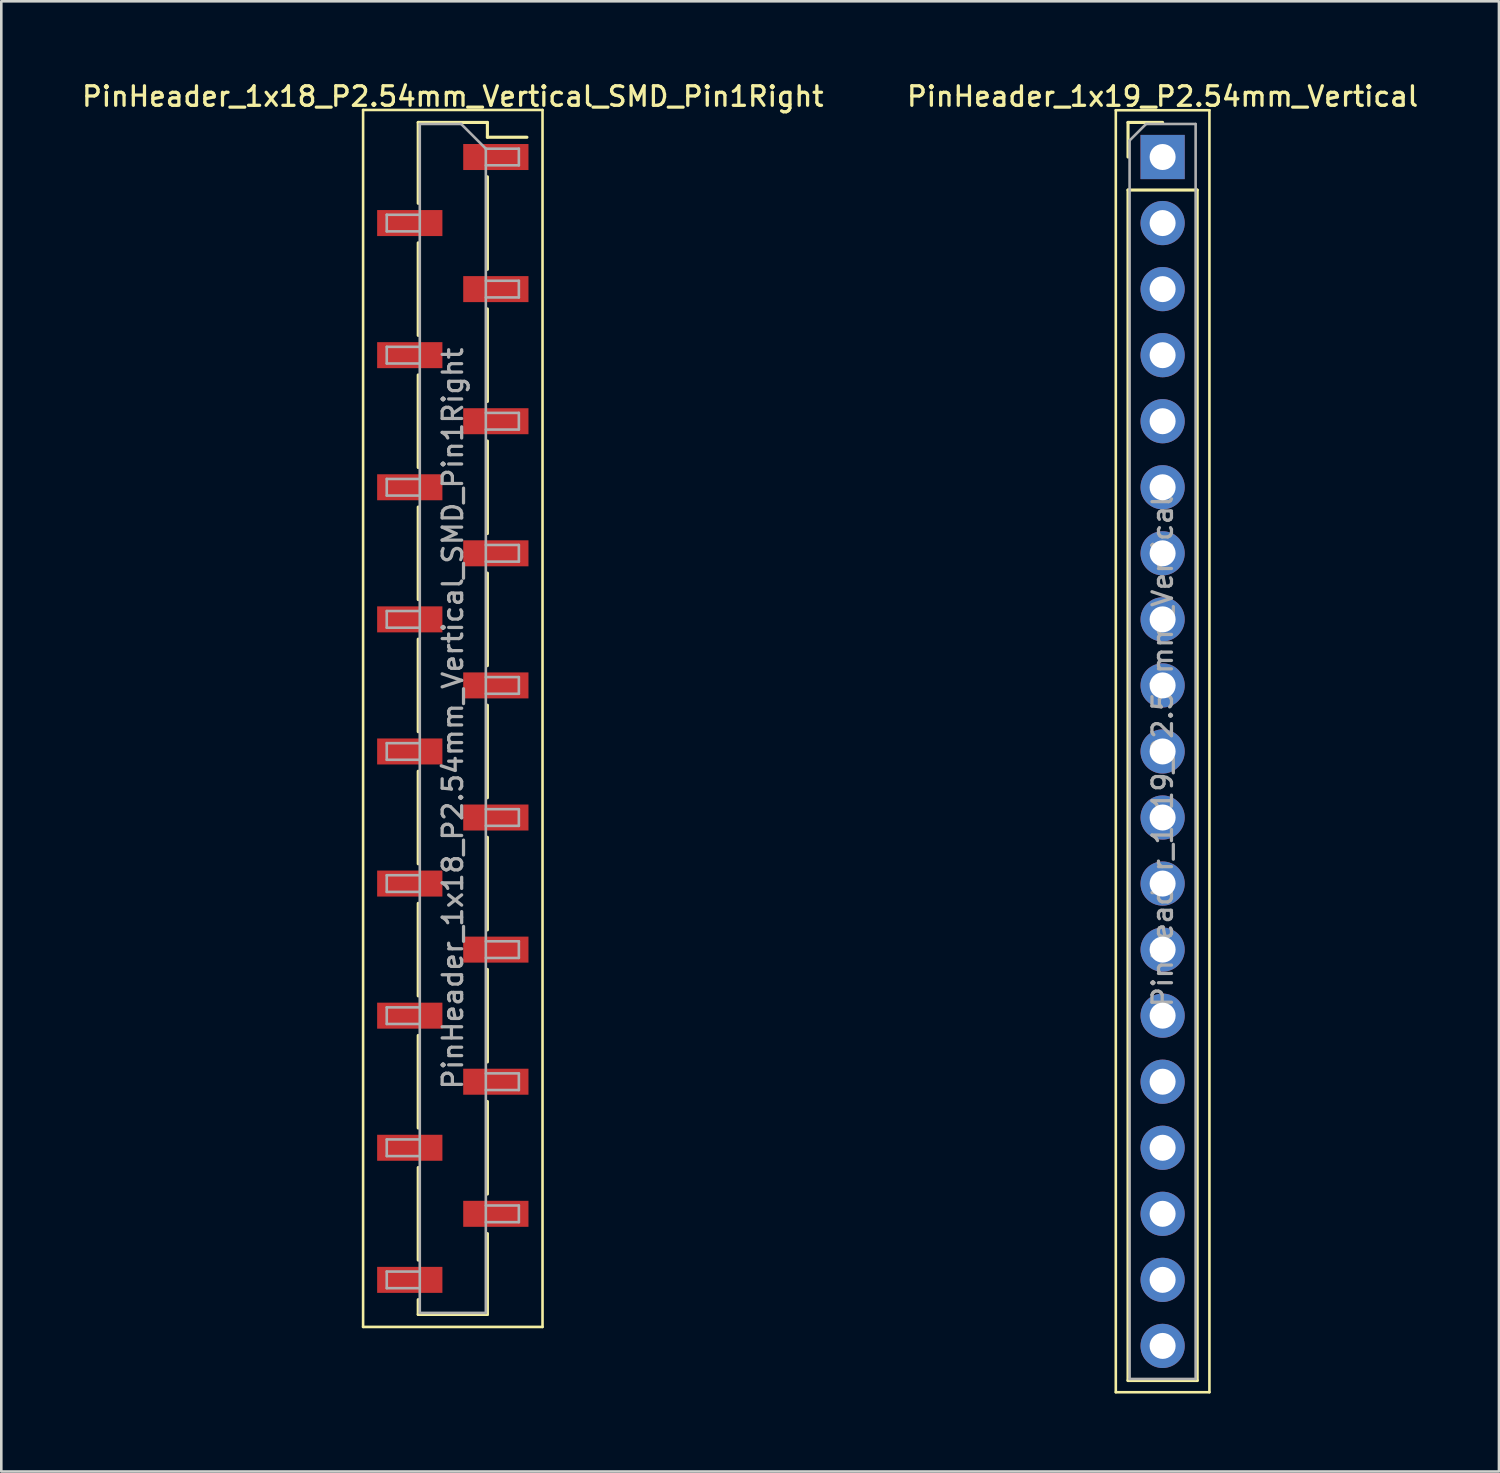
<source format=kicad_pcb>
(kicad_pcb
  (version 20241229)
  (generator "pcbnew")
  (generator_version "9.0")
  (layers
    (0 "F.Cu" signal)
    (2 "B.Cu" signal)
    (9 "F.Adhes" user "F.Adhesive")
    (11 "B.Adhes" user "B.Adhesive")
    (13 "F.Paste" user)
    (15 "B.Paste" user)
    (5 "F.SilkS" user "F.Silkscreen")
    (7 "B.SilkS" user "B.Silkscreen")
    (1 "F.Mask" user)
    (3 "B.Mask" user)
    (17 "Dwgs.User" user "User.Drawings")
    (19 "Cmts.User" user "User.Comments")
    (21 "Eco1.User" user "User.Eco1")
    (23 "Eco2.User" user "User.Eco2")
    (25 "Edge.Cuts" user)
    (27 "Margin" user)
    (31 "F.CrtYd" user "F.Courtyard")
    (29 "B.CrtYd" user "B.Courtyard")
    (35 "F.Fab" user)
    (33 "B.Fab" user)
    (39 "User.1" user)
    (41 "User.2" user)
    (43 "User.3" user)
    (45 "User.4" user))
  (footprint "PinHeader_1x19_P2.54mm_Vertical"
    (layer "F.Cu")
    (at 41.659 2.988)
    (property "Reference" "PinHeader_1x19_P2.54mm_Vertical" (at 0 -2.33 0) (layer "F.SilkS") (effects (font (size 0.75 0.75) (thickness 0.125))))
    (attr through_hole)
    (fp_line (start -1.8 -1.8) (end -1.8 47.5) (stroke (width 0.1) (type solid)) (layer "F.SilkS"))
    (fp_line (start -1.8 47.5) (end 1.8 47.5) (stroke (width 0.1) (type solid)) (layer "F.SilkS"))
    (fp_line (start -1.33 -1.33) (end 0 -1.33) (stroke (width 0.12) (type solid)) (layer "F.SilkS"))
    (fp_line (start -1.33 0) (end -1.33 -1.33) (stroke (width 0.12) (type solid)) (layer "F.SilkS"))
    (fp_line (start -1.33 1.27) (end -1.33 47.05) (stroke (width 0.12) (type solid)) (layer "F.SilkS"))
    (fp_line (start -1.33 1.27) (end 1.33 1.27) (stroke (width 0.12) (type solid)) (layer "F.SilkS"))
    (fp_line (start -1.33 47.05) (end 1.33 47.05) (stroke (width 0.12) (type solid)) (layer "F.SilkS"))
    (fp_line (start 1.33 1.27) (end 1.33 47.05) (stroke (width 0.12) (type solid)) (layer "F.SilkS"))
    (fp_line (start 1.8 -1.8) (end -1.8 -1.8) (stroke (width 0.1) (type solid)) (layer "F.SilkS"))
    (fp_line (start 1.8 47.5) (end 1.8 -1.8) (stroke (width 0.1) (type solid)) (layer "F.SilkS"))
    (fp_line (start -1.27 -0.635) (end -0.635 -1.27) (stroke (width 0.1) (type solid)) (layer "F.Fab"))
    (fp_line (start -1.27 46.99) (end -1.27 -0.635) (stroke (width 0.1) (type solid)) (layer "F.Fab"))
    (fp_line (start -0.635 -1.27) (end 1.27 -1.27) (stroke (width 0.1) (type solid)) (layer "F.Fab"))
    (fp_line (start 1.27 -1.27) (end 1.27 46.99) (stroke (width 0.1) (type solid)) (layer "F.Fab"))
    (fp_line (start 1.27 46.99) (end -1.27 46.99) (stroke (width 0.1) (type solid)) (layer "F.Fab"))
    (fp_text user "${REFERENCE}" (at 0 22.86 90) (layer "F.Fab") (effects (font (size 0.75 0.75) (thickness 0.125))))
    (pad "1" thru_hole rect (at 0 0) (size 1.7 1.7) (drill 1) (layers "*.Cu" "*.Mask"))
    (pad "2" thru_hole oval (at 0 2.54) (size 1.7 1.7) (drill 1) (layers "*.Cu" "*.Mask"))
    (pad "3" thru_hole oval (at 0 5.08) (size 1.7 1.7) (drill 1) (layers "*.Cu" "*.Mask"))
    (pad "4" thru_hole oval (at 0 7.62) (size 1.7 1.7) (drill 1) (layers "*.Cu" "*.Mask"))
    (pad "5" thru_hole oval (at 0 10.16) (size 1.7 1.7) (drill 1) (layers "*.Cu" "*.Mask"))
    (pad "6" thru_hole oval (at 0 12.7) (size 1.7 1.7) (drill 1) (layers "*.Cu" "*.Mask"))
    (pad "7" thru_hole oval (at 0 15.24) (size 1.7 1.7) (drill 1) (layers "*.Cu" "*.Mask"))
    (pad "8" thru_hole oval (at 0 17.78) (size 1.7 1.7) (drill 1) (layers "*.Cu" "*.Mask"))
    (pad "9" thru_hole oval (at 0 20.32) (size 1.7 1.7) (drill 1) (layers "*.Cu" "*.Mask"))
    (pad "10" thru_hole oval (at 0 22.86) (size 1.7 1.7) (drill 1) (layers "*.Cu" "*.Mask"))
    (pad "11" thru_hole oval (at 0 25.4) (size 1.7 1.7) (drill 1) (layers "*.Cu" "*.Mask"))
    (pad "12" thru_hole oval (at 0 27.94) (size 1.7 1.7) (drill 1) (layers "*.Cu" "*.Mask"))
    (pad "13" thru_hole oval (at 0 30.48) (size 1.7 1.7) (drill 1) (layers "*.Cu" "*.Mask"))
    (pad "14" thru_hole oval (at 0 33.02) (size 1.7 1.7) (drill 1) (layers "*.Cu" "*.Mask"))
    (pad "15" thru_hole oval (at 0 35.56) (size 1.7 1.7) (drill 1) (layers "*.Cu" "*.Mask"))
    (pad "16" thru_hole oval (at 0 38.1) (size 1.7 1.7) (drill 1) (layers "*.Cu" "*.Mask"))
    (pad "17" thru_hole oval (at 0 40.64) (size 1.7 1.7) (drill 1) (layers "*.Cu" "*.Mask"))
    (pad "18" thru_hole oval (at 0 43.18) (size 1.7 1.7) (drill 1) (layers "*.Cu" "*.Mask"))
    (pad "19" thru_hole oval (at 0 45.72) (size 1.7 1.7) (drill 1) (layers "*.Cu" "*.Mask")))
  (footprint "PinHeader_1x18_P2.54mm_Vertical_SMD_Pin1Right"
    (layer "F.Cu")
    (at 14.363 24.578)
    (property "Reference" "PinHeader_1x18_P2.54mm_Vertical_SMD_Pin1Right" (at 0 -23.92 0) (layer "F.SilkS") (effects (font (size 0.75 0.75) (thickness 0.125))))
    (attr smd)
    (fp_line (start -3.45 -23.4) (end -3.45 23.4) (stroke (width 0.1) (type solid)) (layer "F.SilkS"))
    (fp_line (start -3.45 23.4) (end 3.45 23.4) (stroke (width 0.1) (type solid)) (layer "F.SilkS"))
    (fp_line (start -1.33 -22.92) (end -1.33 -19.81) (stroke (width 0.12) (type solid)) (layer "F.SilkS"))
    (fp_line (start -1.33 -22.92) (end 1.33 -22.92) (stroke (width 0.12) (type solid)) (layer "F.SilkS"))
    (fp_line (start -1.33 -18.29) (end -1.33 -14.73) (stroke (width 0.12) (type solid)) (layer "F.SilkS"))
    (fp_line (start -1.33 -13.21) (end -1.33 -9.65) (stroke (width 0.12) (type solid)) (layer "F.SilkS"))
    (fp_line (start -1.33 -8.13) (end -1.33 -4.57) (stroke (width 0.12) (type solid)) (layer "F.SilkS"))
    (fp_line (start -1.33 -3.05) (end -1.33 0.51) (stroke (width 0.12) (type solid)) (layer "F.SilkS"))
    (fp_line (start -1.33 2.03) (end -1.33 5.59) (stroke (width 0.12) (type solid)) (layer "F.SilkS"))
    (fp_line (start -1.33 7.11) (end -1.33 10.67) (stroke (width 0.12) (type solid)) (layer "F.SilkS"))
    (fp_line (start -1.33 12.19) (end -1.33 15.75) (stroke (width 0.12) (type solid)) (layer "F.SilkS"))
    (fp_line (start -1.33 17.27) (end -1.33 20.83) (stroke (width 0.12) (type solid)) (layer "F.SilkS"))
    (fp_line (start -1.33 22.35) (end -1.33 22.92) (stroke (width 0.12) (type solid)) (layer "F.SilkS"))
    (fp_line (start -1.33 22.92) (end 1.33 22.92) (stroke (width 0.12) (type solid)) (layer "F.SilkS"))
    (fp_line (start 1.33 -22.92) (end 1.33 -22.35) (stroke (width 0.12) (type solid)) (layer "F.SilkS"))
    (fp_line (start 1.33 -22.35) (end 2.85 -22.35) (stroke (width 0.12) (type solid)) (layer "F.SilkS"))
    (fp_line (start 1.33 -20.83) (end 1.33 -17.27) (stroke (width 0.12) (type solid)) (layer "F.SilkS"))
    (fp_line (start 1.33 -15.75) (end 1.33 -12.19) (stroke (width 0.12) (type solid)) (layer "F.SilkS"))
    (fp_line (start 1.33 -10.67) (end 1.33 -7.11) (stroke (width 0.12) (type solid)) (layer "F.SilkS"))
    (fp_line (start 1.33 -5.59) (end 1.33 -2.03) (stroke (width 0.12) (type solid)) (layer "F.SilkS"))
    (fp_line (start 1.33 -0.51) (end 1.33 3.05) (stroke (width 0.12) (type solid)) (layer "F.SilkS"))
    (fp_line (start 1.33 4.57) (end 1.33 8.13) (stroke (width 0.12) (type solid)) (layer "F.SilkS"))
    (fp_line (start 1.33 9.65) (end 1.33 13.21) (stroke (width 0.12) (type solid)) (layer "F.SilkS"))
    (fp_line (start 1.33 14.73) (end 1.33 18.29) (stroke (width 0.12) (type solid)) (layer "F.SilkS"))
    (fp_line (start 1.33 19.81) (end 1.33 22.92) (stroke (width 0.12) (type solid)) (layer "F.SilkS"))
    (fp_line (start 3.45 -23.4) (end -3.45 -23.4) (stroke (width 0.1) (type solid)) (layer "F.SilkS"))
    (fp_line (start 3.45 23.4) (end 3.45 -23.4) (stroke (width 0.1) (type solid)) (layer "F.SilkS"))
    (fp_line (start -2.54 -19.37) (end -2.54 -18.73) (stroke (width 0.1) (type solid)) (layer "F.Fab"))
    (fp_line (start -2.54 -18.73) (end -1.27 -18.73) (stroke (width 0.1) (type solid)) (layer "F.Fab"))
    (fp_line (start -2.54 -14.29) (end -2.54 -13.65) (stroke (width 0.1) (type solid)) (layer "F.Fab"))
    (fp_line (start -2.54 -13.65) (end -1.27 -13.65) (stroke (width 0.1) (type solid)) (layer "F.Fab"))
    (fp_line (start -2.54 -9.21) (end -2.54 -8.57) (stroke (width 0.1) (type solid)) (layer "F.Fab"))
    (fp_line (start -2.54 -8.57) (end -1.27 -8.57) (stroke (width 0.1) (type solid)) (layer "F.Fab"))
    (fp_line (start -2.54 -4.13) (end -2.54 -3.49) (stroke (width 0.1) (type solid)) (layer "F.Fab"))
    (fp_line (start -2.54 -3.49) (end -1.27 -3.49) (stroke (width 0.1) (type solid)) (layer "F.Fab"))
    (fp_line (start -2.54 0.95) (end -2.54 1.59) (stroke (width 0.1) (type solid)) (layer "F.Fab"))
    (fp_line (start -2.54 1.59) (end -1.27 1.59) (stroke (width 0.1) (type solid)) (layer "F.Fab"))
    (fp_line (start -2.54 6.03) (end -2.54 6.67) (stroke (width 0.1) (type solid)) (layer "F.Fab"))
    (fp_line (start -2.54 6.67) (end -1.27 6.67) (stroke (width 0.1) (type solid)) (layer "F.Fab"))
    (fp_line (start -2.54 11.11) (end -2.54 11.75) (stroke (width 0.1) (type solid)) (layer "F.Fab"))
    (fp_line (start -2.54 11.75) (end -1.27 11.75) (stroke (width 0.1) (type solid)) (layer "F.Fab"))
    (fp_line (start -2.54 16.19) (end -2.54 16.83) (stroke (width 0.1) (type solid)) (layer "F.Fab"))
    (fp_line (start -2.54 16.83) (end -1.27 16.83) (stroke (width 0.1) (type solid)) (layer "F.Fab"))
    (fp_line (start -2.54 21.27) (end -2.54 21.91) (stroke (width 0.1) (type solid)) (layer "F.Fab"))
    (fp_line (start -2.54 21.91) (end -1.27 21.91) (stroke (width 0.1) (type solid)) (layer "F.Fab"))
    (fp_line (start -1.27 -22.86) (end -1.27 22.86) (stroke (width 0.1) (type solid)) (layer "F.Fab"))
    (fp_line (start -1.27 -22.86) (end 0.32 -22.86) (stroke (width 0.1) (type solid)) (layer "F.Fab"))
    (fp_line (start -1.27 -19.37) (end -2.54 -19.37) (stroke (width 0.1) (type solid)) (layer "F.Fab"))
    (fp_line (start -1.27 -14.29) (end -2.54 -14.29) (stroke (width 0.1) (type solid)) (layer "F.Fab"))
    (fp_line (start -1.27 -9.21) (end -2.54 -9.21) (stroke (width 0.1) (type solid)) (layer "F.Fab"))
    (fp_line (start -1.27 -4.13) (end -2.54 -4.13) (stroke (width 0.1) (type solid)) (layer "F.Fab"))
    (fp_line (start -1.27 0.95) (end -2.54 0.95) (stroke (width 0.1) (type solid)) (layer "F.Fab"))
    (fp_line (start -1.27 6.03) (end -2.54 6.03) (stroke (width 0.1) (type solid)) (layer "F.Fab"))
    (fp_line (start -1.27 11.11) (end -2.54 11.11) (stroke (width 0.1) (type solid)) (layer "F.Fab"))
    (fp_line (start -1.27 16.19) (end -2.54 16.19) (stroke (width 0.1) (type solid)) (layer "F.Fab"))
    (fp_line (start -1.27 21.27) (end -2.54 21.27) (stroke (width 0.1) (type solid)) (layer "F.Fab"))
    (fp_line (start 1.27 -21.91) (end 0.32 -22.86) (stroke (width 0.1) (type solid)) (layer "F.Fab"))
    (fp_line (start 1.27 -21.91) (end 2.54 -21.91) (stroke (width 0.1) (type solid)) (layer "F.Fab"))
    (fp_line (start 1.27 -16.83) (end 2.54 -16.83) (stroke (width 0.1) (type solid)) (layer "F.Fab"))
    (fp_line (start 1.27 -11.75) (end 2.54 -11.75) (stroke (width 0.1) (type solid)) (layer "F.Fab"))
    (fp_line (start 1.27 -6.67) (end 2.54 -6.67) (stroke (width 0.1) (type solid)) (layer "F.Fab"))
    (fp_line (start 1.27 -1.59) (end 2.54 -1.59) (stroke (width 0.1) (type solid)) (layer "F.Fab"))
    (fp_line (start 1.27 3.49) (end 2.54 3.49) (stroke (width 0.1) (type solid)) (layer "F.Fab"))
    (fp_line (start 1.27 8.57) (end 2.54 8.57) (stroke (width 0.1) (type solid)) (layer "F.Fab"))
    (fp_line (start 1.27 13.65) (end 2.54 13.65) (stroke (width 0.1) (type solid)) (layer "F.Fab"))
    (fp_line (start 1.27 18.73) (end 2.54 18.73) (stroke (width 0.1) (type solid)) (layer "F.Fab"))
    (fp_line (start 1.27 22.86) (end -1.27 22.86) (stroke (width 0.1) (type solid)) (layer "F.Fab"))
    (fp_line (start 1.27 22.86) (end 1.27 -21.91) (stroke (width 0.1) (type solid)) (layer "F.Fab"))
    (fp_line (start 2.54 -21.91) (end 2.54 -21.27) (stroke (width 0.1) (type solid)) (layer "F.Fab"))
    (fp_line (start 2.54 -21.27) (end 1.27 -21.27) (stroke (width 0.1) (type solid)) (layer "F.Fab"))
    (fp_line (start 2.54 -16.83) (end 2.54 -16.19) (stroke (width 0.1) (type solid)) (layer "F.Fab"))
    (fp_line (start 2.54 -16.19) (end 1.27 -16.19) (stroke (width 0.1) (type solid)) (layer "F.Fab"))
    (fp_line (start 2.54 -11.75) (end 2.54 -11.11) (stroke (width 0.1) (type solid)) (layer "F.Fab"))
    (fp_line (start 2.54 -11.11) (end 1.27 -11.11) (stroke (width 0.1) (type solid)) (layer "F.Fab"))
    (fp_line (start 2.54 -6.67) (end 2.54 -6.03) (stroke (width 0.1) (type solid)) (layer "F.Fab"))
    (fp_line (start 2.54 -6.03) (end 1.27 -6.03) (stroke (width 0.1) (type solid)) (layer "F.Fab"))
    (fp_line (start 2.54 -1.59) (end 2.54 -0.95) (stroke (width 0.1) (type solid)) (layer "F.Fab"))
    (fp_line (start 2.54 -0.95) (end 1.27 -0.95) (stroke (width 0.1) (type solid)) (layer "F.Fab"))
    (fp_line (start 2.54 3.49) (end 2.54 4.13) (stroke (width 0.1) (type solid)) (layer "F.Fab"))
    (fp_line (start 2.54 4.13) (end 1.27 4.13) (stroke (width 0.1) (type solid)) (layer "F.Fab"))
    (fp_line (start 2.54 8.57) (end 2.54 9.21) (stroke (width 0.1) (type solid)) (layer "F.Fab"))
    (fp_line (start 2.54 9.21) (end 1.27 9.21) (stroke (width 0.1) (type solid)) (layer "F.Fab"))
    (fp_line (start 2.54 13.65) (end 2.54 14.29) (stroke (width 0.1) (type solid)) (layer "F.Fab"))
    (fp_line (start 2.54 14.29) (end 1.27 14.29) (stroke (width 0.1) (type solid)) (layer "F.Fab"))
    (fp_line (start 2.54 18.73) (end 2.54 19.37) (stroke (width 0.1) (type solid)) (layer "F.Fab"))
    (fp_line (start 2.54 19.37) (end 1.27 19.37) (stroke (width 0.1) (type solid)) (layer "F.Fab"))
    (fp_text user "${REFERENCE}" (at 0 0 90) (layer "F.Fab") (effects (font (size 0.75 0.75) (thickness 0.125))))
    (pad "1" smd rect (at 1.655 -21.59) (size 2.51 1) (layers "F.Cu" "F.Mask" "F.Paste"))
    (pad "2" smd rect (at -1.655 -19.05) (size 2.51 1) (layers "F.Cu" "F.Mask" "F.Paste"))
    (pad "3" smd rect (at 1.655 -16.51) (size 2.51 1) (layers "F.Cu" "F.Mask" "F.Paste"))
    (pad "4" smd rect (at -1.655 -13.97) (size 2.51 1) (layers "F.Cu" "F.Mask" "F.Paste"))
    (pad "5" smd rect (at 1.655 -11.43) (size 2.51 1) (layers "F.Cu" "F.Mask" "F.Paste"))
    (pad "6" smd rect (at -1.655 -8.89) (size 2.51 1) (layers "F.Cu" "F.Mask" "F.Paste"))
    (pad "7" smd rect (at 1.655 -6.35) (size 2.51 1) (layers "F.Cu" "F.Mask" "F.Paste"))
    (pad "8" smd rect (at -1.655 -3.81) (size 2.51 1) (layers "F.Cu" "F.Mask" "F.Paste"))
    (pad "9" smd rect (at 1.655 -1.27) (size 2.51 1) (layers "F.Cu" "F.Mask" "F.Paste"))
    (pad "10" smd rect (at -1.655 1.27) (size 2.51 1) (layers "F.Cu" "F.Mask" "F.Paste"))
    (pad "11" smd rect (at 1.655 3.81) (size 2.51 1) (layers "F.Cu" "F.Mask" "F.Paste"))
    (pad "12" smd rect (at -1.655 6.35) (size 2.51 1) (layers "F.Cu" "F.Mask" "F.Paste"))
    (pad "13" smd rect (at 1.655 8.89) (size 2.51 1) (layers "F.Cu" "F.Mask" "F.Paste"))
    (pad "14" smd rect (at -1.655 11.43) (size 2.51 1) (layers "F.Cu" "F.Mask" "F.Paste"))
    (pad "15" smd rect (at 1.655 13.97) (size 2.51 1) (layers "F.Cu" "F.Mask" "F.Paste"))
    (pad "16" smd rect (at -1.655 16.51) (size 2.51 1) (layers "F.Cu" "F.Mask" "F.Paste"))
    (pad "17" smd rect (at 1.655 19.05) (size 2.51 1) (layers "F.Cu" "F.Mask" "F.Paste"))
    (pad "18" smd rect (at -1.655 21.59) (size 2.51 1) (layers "F.Cu" "F.Mask" "F.Paste")))
  (gr_rect
    (start -3 -3)
    (end 54.593 53.538)
    (stroke (width 0.1) (type default))
    (fill no)
    (layer "Edge.Cuts")))
</source>
